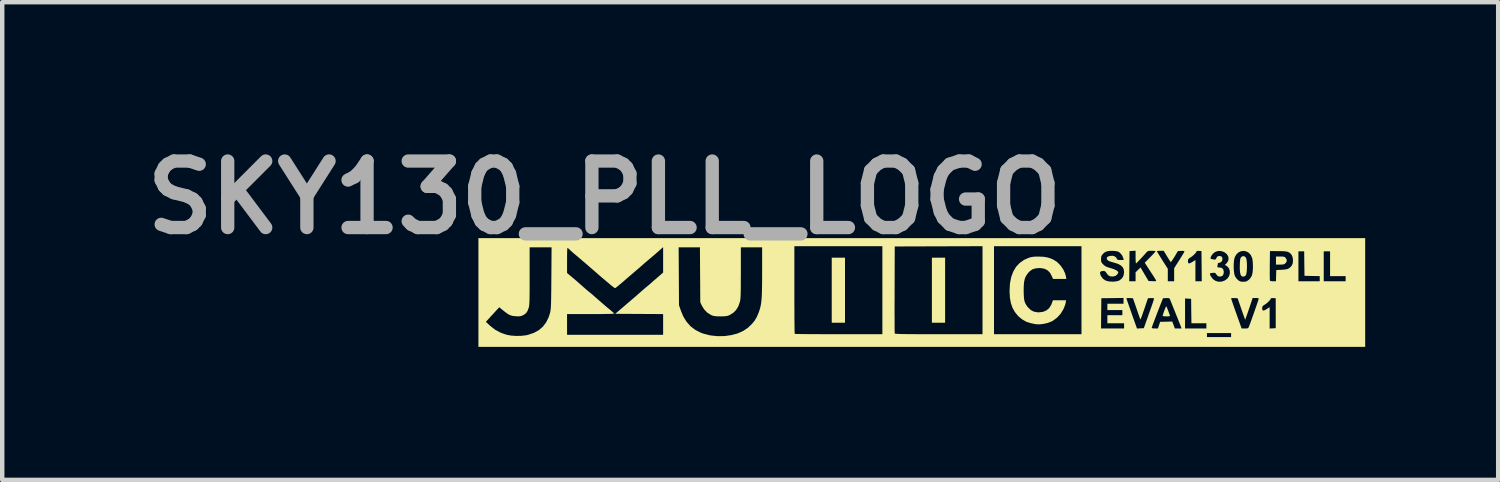
<source format=kicad_pcb>
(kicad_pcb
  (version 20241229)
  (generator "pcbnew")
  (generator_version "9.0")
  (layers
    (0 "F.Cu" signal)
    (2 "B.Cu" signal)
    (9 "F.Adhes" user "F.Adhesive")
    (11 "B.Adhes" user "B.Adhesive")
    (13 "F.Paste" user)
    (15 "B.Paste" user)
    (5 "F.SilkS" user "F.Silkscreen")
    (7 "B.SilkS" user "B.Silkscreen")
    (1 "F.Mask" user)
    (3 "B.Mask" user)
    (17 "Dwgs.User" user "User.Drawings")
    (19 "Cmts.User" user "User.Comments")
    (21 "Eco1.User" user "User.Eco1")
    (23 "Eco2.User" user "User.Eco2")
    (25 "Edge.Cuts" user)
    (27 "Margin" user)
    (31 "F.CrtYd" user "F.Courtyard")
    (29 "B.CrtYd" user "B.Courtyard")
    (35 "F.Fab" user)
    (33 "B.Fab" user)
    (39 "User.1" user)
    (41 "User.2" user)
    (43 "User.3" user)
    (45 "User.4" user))
  (footprint "SKY130_PLL_LOGO"
    (layer "F.Cu")
    (at 17.735 3.541)
    (property "Reference" "SKY130_PLL_LOGO" (at -7.149 -2.137 0) (layer "F.Fab") (effects (font (size 1.5 1.5) (thickness 0.3))))
    (attr board_only exclude_from_pos_files exclude_from_bom)
    (fp_poly (pts (xy -1.726 -0.045) (xy -1.726 0.688) (xy -1.875 0.688) (xy -2.025 0.688) (xy -2.025 -0.045) (xy -2.025 -0.779) (xy -1.875 -0.779) (xy -1.726 -0.779)) (stroke (width 0) (type solid)) (fill yes) (layer "F.SilkS"))
    (fp_poly (pts (xy 0.532 -0.045) (xy 0.532 0.688) (xy 0.383 0.688) (xy 0.234 0.688) (xy 0.234 -0.045) (xy 0.234 -0.779) (xy 0.383 -0.779) (xy 0.532 -0.779)) (stroke (width 0) (type solid)) (fill yes) (layer "F.SilkS"))
    (fp_poly (pts (xy 8.142 -0.804) (xy 8.174 -0.8) (xy 8.194 -0.792) (xy 8.21 -0.776) (xy 8.215 -0.771) (xy 8.238 -0.729) (xy 8.236 -0.692) (xy 8.21 -0.655) (xy 8.21 -0.655) (xy 8.189 -0.638) (xy 8.166 -0.628) (xy 8.131 -0.624) (xy 8.087 -0.623) (xy 7.995 -0.623) (xy 7.995 -0.714) (xy 7.995 -0.805) (xy 8.091 -0.805)) (stroke (width 0) (type solid)) (fill yes) (layer "F.SilkS"))
    (fp_poly (pts (xy 5.521 0.321) (xy 5.529 0.334) (xy 5.542 0.362) (xy 5.559 0.407) (xy 5.583 0.472) (xy 5.604 0.529) (xy 5.6 0.538) (xy 5.576 0.543) (xy 5.531 0.545) (xy 5.524 0.545) (xy 5.481 0.543) (xy 5.45 0.539) (xy 5.438 0.533) (xy 5.443 0.514) (xy 5.454 0.479) (xy 5.469 0.435) (xy 5.486 0.39) (xy 5.502 0.351) (xy 5.513 0.325) (xy 5.516 0.321)) (stroke (width 0) (type solid)) (fill yes) (layer "F.SilkS"))
    (fp_poly (pts (xy 7.279 -0.812) (xy 7.31 -0.788) (xy 7.32 -0.772) (xy 7.33 -0.737) (xy 7.337 -0.685) (xy 7.34 -0.621) (xy 7.34 -0.554) (xy 7.337 -0.489) (xy 7.33 -0.433) (xy 7.321 -0.394) (xy 7.316 -0.385) (xy 7.286 -0.357) (xy 7.249 -0.351) (xy 7.214 -0.367) (xy 7.212 -0.37) (xy 7.194 -0.403) (xy 7.183 -0.461) (xy 7.178 -0.543) (xy 7.18 -0.635) (xy 7.183 -0.699) (xy 7.188 -0.742) (xy 7.196 -0.77) (xy 7.208 -0.789) (xy 7.21 -0.791) (xy 7.244 -0.814)) (stroke (width 0) (type solid)) (fill yes) (layer "F.SilkS"))
    (fp_poly (pts (xy 2.74 -0.8) (xy 2.829 -0.787) (xy 2.909 -0.764) (xy 2.981 -0.731) (xy 3.06 -0.679) (xy 3.132 -0.606) (xy 3.193 -0.521) (xy 3.237 -0.429) (xy 3.256 -0.36) (xy 3.267 -0.299) (xy 3.117 -0.299) (xy 2.966 -0.299) (xy 2.941 -0.358) (xy 2.9 -0.436) (xy 2.847 -0.491) (xy 2.78 -0.527) (xy 2.697 -0.543) (xy 2.654 -0.545) (xy 2.569 -0.537) (xy 2.5 -0.515) (xy 2.441 -0.473) (xy 2.41 -0.441) (xy 2.372 -0.391) (xy 2.344 -0.342) (xy 2.325 -0.287) (xy 2.312 -0.221) (xy 2.306 -0.14) (xy 2.304 -0.045) (xy 2.306 0.054) (xy 2.311 0.132) (xy 2.321 0.195) (xy 2.339 0.247) (xy 2.364 0.292) (xy 2.398 0.337) (xy 2.405 0.345) (xy 2.465 0.402) (xy 2.531 0.437) (xy 2.608 0.452) (xy 2.648 0.454) (xy 2.74 0.443) (xy 2.817 0.411) (xy 2.879 0.359) (xy 2.926 0.284) (xy 2.94 0.248) (xy 2.964 0.182) (xy 3.113 0.182) (xy 3.261 0.182) (xy 3.252 0.237) (xy 3.242 0.276) (xy 3.224 0.327) (xy 3.201 0.381) (xy 3.198 0.387) (xy 3.137 0.487) (xy 3.058 0.573) (xy 2.967 0.641) (xy 2.931 0.66) (xy 2.847 0.693) (xy 2.755 0.714) (xy 2.663 0.725) (xy 2.58 0.722) (xy 2.563 0.719) (xy 2.536 0.713) (xy 2.495 0.705) (xy 2.466 0.699) (xy 2.365 0.667) (xy 2.269 0.612) (xy 2.181 0.539) (xy 2.176 0.533) (xy 2.106 0.447) (xy 2.053 0.353) (xy 2.016 0.247) (xy 1.994 0.126) (xy 1.986 -0.014) (xy 1.986 -0.039) (xy 1.995 -0.198) (xy 2.023 -0.341) (xy 2.069 -0.465) (xy 2.132 -0.572) (xy 2.214 -0.66) (xy 2.313 -0.729) (xy 2.411 -0.773) (xy 2.461 -0.789) (xy 2.51 -0.798) (xy 2.566 -0.803) (xy 2.635 -0.804)) (stroke (width 0) (type solid)) (fill yes) (layer "F.SilkS"))
    (fp_poly (pts (xy 10.007 0.006) (xy 10.007 1.233) (xy 0.006 1.233) (xy -9.994 1.233) (xy -9.994 0.668) (xy -9.826 0.668) (xy -9.732 0.756) (xy -9.617 0.846) (xy -9.488 0.915) (xy -9.357 0.96) (xy -9.258 0.978) (xy -9.146 0.986) (xy -9.031 0.984) (xy -8.923 0.972) (xy -8.872 0.961) (xy -8.871 0.96) (xy -7.995 0.96) (xy -6.911 0.96) (xy -5.828 0.96) (xy -5.828 0.727) (xy -5.828 0.493) (xy -6.368 0.49) (xy -6.908 0.487) (xy -6.696 0.306) (xy -6.629 0.248) (xy -6.564 0.193) (xy -6.507 0.144) (xy -6.46 0.104) (xy -6.428 0.076) (xy -6.424 0.072) (xy -6.337 -0.004) (xy -6.269 -0.064) (xy -6.217 -0.108) (xy -6.181 -0.138) (xy -6.16 -0.155) (xy -6.16 -0.155) (xy -6.134 -0.176) (xy -6.12 -0.189) (xy -6.105 -0.202) (xy -6.076 -0.229) (xy -6.034 -0.265) (xy -5.984 -0.308) (xy -5.967 -0.323) (xy -5.828 -0.443) (xy -5.828 -0.73) (xy -5.828 -1.012) (xy -5.478 -1.012) (xy -5.474 -0.36) (xy -5.47 0.292) (xy -5.433 0.402) (xy -5.375 0.544) (xy -5.3 0.666) (xy -5.21 0.768) (xy -5.102 0.85) (xy -4.977 0.914) (xy -4.922 0.934) (xy -4.769 0.973) (xy -4.606 0.991) (xy -4.439 0.989) (xy -4.283 0.966) (xy -4.145 0.929) (xy -4.024 0.875) (xy -3.917 0.803) (xy -3.828 0.719) (xy -3.764 0.641) (xy -3.714 0.556) (xy -3.672 0.456) (xy -3.666 0.44) (xy -3.65 0.39) (xy -3.636 0.342) (xy -3.625 0.291) (xy -3.616 0.235) (xy -3.609 0.171) (xy -3.604 0.098) (xy -3.6 0.01) (xy -3.598 -0.093) (xy -3.596 -0.214) (xy -3.595 -0.358) (xy -3.595 -0.458) (xy -3.595 -1.012) (xy -3.835 -1.012) (xy -4.075 -1.012) (xy -4.075 -0.438) (xy -4.076 -0.294) (xy -4.076 -0.174) (xy -4.077 -0.076) (xy -4.078 0.004) (xy -4.08 0.068) (xy -4.083 0.118) (xy -4.086 0.157) (xy -4.09 0.187) (xy -4.095 0.211) (xy -4.095 0.214) (xy -4.132 0.318) (xy -4.182 0.401) (xy -4.249 0.467) (xy -4.334 0.518) (xy -4.337 0.519) (xy -4.37 0.531) (xy -4.407 0.539) (xy -4.457 0.543) (xy -4.524 0.545) (xy -4.536 0.545) (xy -4.603 0.544) (xy -4.651 0.541) (xy -4.687 0.535) (xy -4.72 0.525) (xy -4.75 0.512) (xy -4.833 0.46) (xy -4.903 0.387) (xy -4.957 0.299) (xy -4.99 0.227) (xy -4.994 -0.393) (xy -4.998 -1.012) (xy -5.238 -1.012) (xy -5.478 -1.012) (xy -5.828 -1.012) (xy -5.828 -1.017) (xy -5.863 -0.985) (xy -5.892 -0.96) (xy -5.931 -0.925) (xy -5.965 -0.896) (xy -6.006 -0.86) (xy -6.057 -0.816) (xy -6.111 -0.77) (xy -6.132 -0.753) (xy -6.187 -0.706) (xy -6.246 -0.656) (xy -6.298 -0.61) (xy -6.313 -0.597) (xy -6.362 -0.554) (xy -6.413 -0.51) (xy -6.456 -0.473) (xy -6.458 -0.472) (xy -6.489 -0.446) (xy -6.534 -0.407) (xy -6.591 -0.358) (xy -6.653 -0.305) (xy -6.71 -0.255) (xy -6.769 -0.204) (xy -6.822 -0.16) (xy -6.866 -0.124) (xy -6.896 -0.101) (xy -6.911 -0.092) (xy -6.911 -0.092) (xy -6.927 -0.099) (xy -6.956 -0.12) (xy -6.994 -0.15) (xy -7.009 -0.162) (xy -7.059 -0.205) (xy -7.112 -0.249) (xy -7.156 -0.286) (xy -7.159 -0.289) (xy -7.187 -0.312) (xy -7.231 -0.35) (xy -7.287 -0.398) (xy -7.353 -0.456) (xy -7.425 -0.518) (xy -7.494 -0.578) (xy -7.568 -0.642) (xy -7.638 -0.702) (xy -7.701 -0.756) (xy -7.755 -0.802) (xy -7.795 -0.835) (xy -7.817 -0.854) (xy -7.86 -0.89) (xy -7.906 -0.931) (xy -7.924 -0.948) (xy -7.954 -0.976) (xy -7.977 -0.995) (xy -7.986 -0.999) (xy -7.989 -0.987) (xy -7.991 -0.952) (xy -7.993 -0.899) (xy -7.994 -0.831) (xy -7.995 -0.752) (xy -7.995 -0.717) (xy -7.995 -0.434) (xy -7.895 -0.35) (xy -7.841 -0.305) (xy -7.785 -0.257) (xy -7.736 -0.214) (xy -7.721 -0.201) (xy -7.633 -0.123) (xy -7.562 -0.061) (xy -7.509 -0.016) (xy -7.473 0.013) (xy -7.458 0.025) (xy -7.434 0.043) (xy -7.424 0.053) (xy -7.413 0.063) (xy -7.386 0.087) (xy -7.347 0.121) (xy -7.3 0.162) (xy -7.249 0.206) (xy -7.198 0.251) (xy -7.15 0.292) (xy -7.109 0.327) (xy -7.082 0.35) (xy -7.018 0.402) (xy -6.974 0.441) (xy -6.946 0.466) (xy -6.934 0.48) (xy -6.933 0.482) (xy -6.945 0.484) (xy -6.979 0.487) (xy -7.035 0.489) (xy -7.108 0.49) (xy -7.197 0.492) (xy -7.298 0.493) (xy -7.409 0.493) (xy -7.462 0.493) (xy -7.995 0.493) (xy -7.995 0.727) (xy -7.995 0.96) (xy -8.871 0.96) (xy -8.743 0.917) (xy -8.632 0.856) (xy -8.54 0.777) (xy -8.466 0.679) (xy -8.409 0.562) (xy -8.377 0.461) (xy -8.372 0.438) (xy -8.368 0.412) (xy -8.364 0.382) (xy -8.361 0.343) (xy -8.358 0.295) (xy -8.356 0.234) (xy -8.354 0.159) (xy -8.353 0.067) (xy -8.351 -0.044) (xy -8.35 -0.176) (xy -8.349 -0.321) (xy -8.344 -1.012) (xy -8.591 -1.012) (xy -8.839 -1.012) (xy -8.839 -0.366) (xy -8.839 -0.216) (xy -8.839 -0.09) (xy -8.84 0.015) (xy -8.841 0.101) (xy -8.842 0.17) (xy -8.844 0.225) (xy -8.847 0.268) (xy -8.85 0.301) (xy -8.854 0.326) (xy -8.858 0.346) (xy -8.86 0.351) (xy -8.885 0.419) (xy -8.916 0.467) (xy -8.959 0.503) (xy -8.989 0.52) (xy -9.026 0.535) (xy -9.061 0.543) (xy -9.105 0.544) (xy -9.148 0.542) (xy -9.207 0.537) (xy -9.256 0.526) (xy -9.302 0.507) (xy -9.35 0.477) (xy -9.409 0.433) (xy -9.431 0.415) (xy -9.524 0.339) (xy -9.587 0.407) (xy -9.625 0.448) (xy -9.672 0.5) (xy -9.721 0.552) (xy -9.738 0.572) (xy -9.826 0.668) (xy -9.994 0.668) (xy -9.994 0.006) (xy -9.994 -1.038) (xy -2.868 -1.038) (xy -2.868 -0.054) (xy -2.868 0.103) (xy -2.868 0.253) (xy -2.867 0.394) (xy -2.867 0.523) (xy -2.866 0.638) (xy -2.865 0.737) (xy -2.864 0.819) (xy -2.863 0.881) (xy -2.861 0.922) (xy -2.86 0.939) (xy -2.86 0.939) (xy -2.846 0.94) (xy -2.808 0.942) (xy -2.748 0.943) (xy -2.668 0.944) (xy -2.57 0.945) (xy -2.457 0.946) (xy -2.329 0.946) (xy -2.19 0.947) (xy -2.041 0.947) (xy -1.884 0.947) (xy -1.867 0.947) (xy -0.883 0.947) (xy -0.883 0.388) (xy -0.608 0.388) (xy -0.608 0.517) (xy -0.607 0.631) (xy -0.607 0.731) (xy -0.607 0.813) (xy -0.606 0.875) (xy -0.605 0.915) (xy -0.604 0.931) (xy -0.604 0.931) (xy -0.598 0.934) (xy -0.581 0.937) (xy -0.551 0.939) (xy -0.508 0.941) (xy -0.45 0.943) (xy -0.375 0.944) (xy -0.282 0.946) (xy -0.169 0.946) (xy -0.035 0.947) (xy 0.121 0.947) (xy 0.3 0.947) (xy 0.389 0.947) (xy 1.376 0.947) (xy 1.376 -0.046) (xy 1.376 -1.038) (xy 1.635 -1.038) (xy 1.635 -0.045) (xy 1.635 0.947) (xy 2.622 0.947) (xy 3.608 0.947) (xy 3.608 0.922) (xy 6.438 0.922) (xy 6.438 0.967) (xy 6.438 1.012) (xy 6.71 1.012) (xy 6.983 1.012) (xy 6.983 0.967) (xy 6.983 0.922) (xy 6.71 0.922) (xy 6.438 0.922) (xy 3.608 0.922) (xy 3.608 0.818) (xy 4.049 0.818) (xy 4.309 0.818) (xy 4.569 0.818) (xy 4.569 0.759) (xy 4.569 0.701) (xy 4.38 0.701) (xy 4.192 0.701) (xy 4.192 0.61) (xy 4.192 0.519) (xy 4.361 0.519) (xy 4.53 0.519) (xy 4.53 0.461) (xy 4.53 0.402) (xy 4.361 0.402) (xy 4.192 0.402) (xy 4.192 0.331) (xy 4.192 0.26) (xy 4.374 0.26) (xy 4.556 0.26) (xy 4.556 0.194) (xy 4.556 0.137) (xy 4.621 0.137) (xy 4.625 0.151) (xy 4.637 0.186) (xy 4.655 0.24) (xy 4.679 0.308) (xy 4.707 0.387) (xy 4.738 0.475) (xy 4.74 0.482) (xy 4.86 0.819) (xy 4.937 0.815) (xy 5.014 0.811) (xy 5.017 0.804) (xy 5.192 0.804) (xy 5.204 0.812) (xy 5.236 0.817) (xy 5.262 0.818) (xy 5.332 0.818) (xy 5.357 0.743) (xy 5.382 0.668) (xy 5.519 0.665) (xy 5.655 0.661) (xy 5.685 0.739) (xy 5.714 0.818) (xy 5.79 0.818) (xy 5.865 0.818) (xy 5.848 0.769) (xy 5.839 0.747) (xy 5.823 0.705) (xy 5.8 0.648) (xy 5.773 0.58) (xy 5.742 0.504) (xy 5.711 0.426) (xy 5.68 0.349) (xy 5.652 0.278) (xy 5.627 0.217) (xy 5.608 0.17) (xy 5.598 0.145) (xy 5.592 0.141) (xy 5.944 0.141) (xy 5.944 0.48) (xy 5.944 0.818) (xy 6.185 0.818) (xy 6.425 0.818) (xy 6.425 0.759) (xy 6.425 0.701) (xy 6.256 0.701) (xy 6.088 0.701) (xy 6.084 0.425) (xy 6.081 0.149) (xy 6.013 0.145) (xy 5.944 0.141) (xy 5.592 0.141) (xy 5.588 0.139) (xy 6.982 0.139) (xy 6.987 0.153) (xy 6.998 0.189) (xy 7.017 0.243) (xy 7.04 0.311) (xy 7.068 0.391) (xy 7.099 0.478) (xy 7.101 0.483) (xy 7.22 0.818) (xy 7.294 0.818) (xy 7.337 0.817) (xy 7.361 0.812) (xy 7.375 0.799) (xy 7.383 0.782) (xy 7.398 0.743) (xy 7.419 0.688) (xy 7.443 0.621) (xy 7.469 0.547) (xy 7.497 0.469) (xy 7.524 0.391) (xy 7.533 0.365) (xy 7.684 0.365) (xy 7.688 0.398) (xy 7.701 0.414) (xy 7.727 0.411) (xy 7.769 0.391) (xy 7.791 0.377) (xy 7.852 0.338) (xy 7.852 0.579) (xy 7.852 0.819) (xy 7.92 0.815) (xy 7.989 0.811) (xy 7.989 0.474) (xy 7.989 0.136) (xy 7.933 0.132) (xy 7.899 0.133) (xy 7.88 0.138) (xy 7.878 0.142) (xy 7.869 0.163) (xy 7.844 0.194) (xy 7.809 0.229) (xy 7.77 0.261) (xy 7.74 0.281) (xy 7.706 0.303) (xy 7.689 0.322) (xy 7.684 0.348) (xy 7.684 0.365) (xy 7.533 0.365) (xy 7.55 0.318) (xy 7.572 0.253) (xy 7.59 0.2) (xy 7.601 0.164) (xy 7.606 0.148) (xy 7.606 0.148) (xy 7.597 0.136) (xy 7.569 0.131) (xy 7.538 0.13) (xy 7.469 0.13) (xy 7.386 0.377) (xy 7.361 0.451) (xy 7.338 0.516) (xy 7.32 0.568) (xy 7.306 0.604) (xy 7.3 0.619) (xy 7.299 0.619) (xy 7.294 0.606) (xy 7.282 0.573) (xy 7.264 0.522) (xy 7.241 0.458) (xy 7.216 0.385) (xy 7.213 0.376) (xy 7.13 0.136) (xy 7.056 0.132) (xy 7.016 0.132) (xy 6.99 0.135) (xy 6.982 0.139) (xy 5.588 0.139) (xy 5.582 0.135) (xy 5.544 0.132) (xy 5.519 0.132) (xy 5.447 0.136) (xy 5.423 0.195) (xy 5.383 0.296) (xy 5.344 0.396) (xy 5.307 0.492) (xy 5.274 0.58) (xy 5.244 0.658) (xy 5.22 0.722) (xy 5.203 0.769) (xy 5.193 0.797) (xy 5.192 0.804) (xy 5.017 0.804) (xy 5.069 0.655) (xy 5.097 0.578) (xy 5.128 0.488) (xy 5.16 0.398) (xy 5.184 0.332) (xy 5.206 0.269) (xy 5.224 0.215) (xy 5.237 0.173) (xy 5.243 0.149) (xy 5.244 0.147) (xy 5.237 0.136) (xy 5.213 0.132) (xy 5.175 0.132) (xy 5.107 0.136) (xy 5.024 0.383) (xy 4.998 0.456) (xy 4.976 0.52) (xy 4.957 0.57) (xy 4.943 0.604) (xy 4.936 0.616) (xy 4.935 0.616) (xy 4.93 0.6) (xy 4.917 0.564) (xy 4.899 0.511) (xy 4.876 0.446) (xy 4.851 0.373) (xy 4.85 0.37) (xy 4.769 0.136) (xy 4.695 0.132) (xy 4.655 0.132) (xy 4.628 0.134) (xy 4.621 0.137) (xy 4.556 0.137) (xy 4.556 0.129) (xy 4.306 0.133) (xy 4.056 0.136) (xy 4.052 0.477) (xy 4.049 0.818) (xy 3.608 0.818) (xy 3.608 -0.045) (xy 3.608 -0.429) (xy 4.025 -0.429) (xy 4.039 -0.384) (xy 4.049 -0.364) (xy 4.09 -0.306) (xy 4.146 -0.266) (xy 4.217 -0.244) (xy 4.308 -0.238) (xy 4.323 -0.238) (xy 4.394 -0.245) (xy 4.402 -0.247) (xy 4.685 -0.247) (xy 4.757 -0.247) (xy 4.828 -0.247) (xy 4.828 -0.348) (xy 4.828 -0.449) (xy 4.884 -0.504) (xy 4.94 -0.559) (xy 5.03 -0.406) (xy 5.121 -0.253) (xy 5.21 -0.249) (xy 5.257 -0.248) (xy 5.283 -0.25) (xy 5.292 -0.256) (xy 5.291 -0.265) (xy 5.282 -0.281) (xy 5.261 -0.316) (xy 5.231 -0.364) (xy 5.193 -0.422) (xy 5.159 -0.474) (xy 5.035 -0.665) (xy 5.155 -0.787) (xy 5.201 -0.834) (xy 5.239 -0.874) (xy 5.266 -0.904) (xy 5.279 -0.92) (xy 5.312 -0.92) (xy 5.313 -0.916) (xy 5.322 -0.9) (xy 5.342 -0.866) (xy 5.372 -0.818) (xy 5.408 -0.76) (xy 5.437 -0.714) (xy 5.555 -0.529) (xy 5.555 -0.388) (xy 5.555 -0.247) (xy 5.626 -0.247) (xy 5.698 -0.247) (xy 5.698 -0.394) (xy 5.698 -0.541) (xy 5.799 -0.7) (xy 6.009 -0.7) (xy 6.013 -0.666) (xy 6.027 -0.65) (xy 6.053 -0.653) (xy 6.094 -0.674) (xy 6.117 -0.688) (xy 6.178 -0.726) (xy 6.178 -0.486) (xy 6.178 -0.247) (xy 6.25 -0.247) (xy 6.321 -0.247) (xy 6.319 -0.423) (xy 6.505 -0.423) (xy 6.506 -0.407) (xy 6.517 -0.377) (xy 6.529 -0.354) (xy 6.574 -0.295) (xy 6.633 -0.255) (xy 6.701 -0.236) (xy 6.773 -0.24) (xy 6.841 -0.264) (xy 6.897 -0.306) (xy 6.935 -0.36) (xy 6.954 -0.422) (xy 6.953 -0.486) (xy 6.931 -0.542) (xy 6.915 -0.562) (xy 7.041 -0.562) (xy 7.045 -0.485) (xy 7.054 -0.418) (xy 7.067 -0.367) (xy 7.07 -0.362) (xy 7.108 -0.303) (xy 7.16 -0.258) (xy 7.19 -0.243) (xy 7.228 -0.236) (xy 7.276 -0.236) (xy 7.319 -0.242) (xy 7.337 -0.248) (xy 7.398 -0.293) (xy 7.442 -0.356) (xy 7.457 -0.394) (xy 7.464 -0.432) (xy 7.854 -0.432) (xy 7.855 -0.363) (xy 7.856 -0.309) (xy 7.857 -0.274) (xy 7.858 -0.263) (xy 7.875 -0.252) (xy 7.913 -0.247) (xy 7.929 -0.247) (xy 7.994 -0.247) (xy 7.998 -0.373) (xy 8.002 -0.5) (xy 8.127 -0.506) (xy 8.199 -0.512) (xy 8.251 -0.522) (xy 8.29 -0.54) (xy 8.323 -0.568) (xy 8.351 -0.602) (xy 8.371 -0.647) (xy 8.379 -0.705) (xy 8.375 -0.767) (xy 8.359 -0.821) (xy 8.348 -0.841) (xy 8.323 -0.872) (xy 8.296 -0.894) (xy 8.263 -0.91) (xy 8.218 -0.92) (xy 8.198 -0.922) (xy 8.501 -0.922) (xy 8.501 -0.584) (xy 8.501 -0.247) (xy 8.741 -0.247) (xy 8.982 -0.247) (xy 8.982 -0.305) (xy 8.982 -0.363) (xy 8.81 -0.366) (xy 8.638 -0.37) (xy 8.634 -0.646) (xy 8.631 -0.922) (xy 9.072 -0.922) (xy 9.072 -0.584) (xy 9.072 -0.247) (xy 9.319 -0.247) (xy 9.566 -0.247) (xy 9.566 -0.305) (xy 9.566 -0.363) (xy 9.39 -0.363) (xy 9.215 -0.363) (xy 9.215 -0.642) (xy 9.215 -0.922) (xy 9.144 -0.922) (xy 9.072 -0.922) (xy 8.631 -0.922) (xy 8.566 -0.922) (xy 8.501 -0.922) (xy 8.198 -0.922) (xy 8.159 -0.925) (xy 8.079 -0.927) (xy 8.047 -0.927) (xy 7.859 -0.928) (xy 7.855 -0.604) (xy 7.855 -0.514) (xy 7.854 -0.432) (xy 7.464 -0.432) (xy 7.468 -0.453) (xy 7.474 -0.527) (xy 7.475 -0.608) (xy 7.471 -0.686) (xy 7.462 -0.753) (xy 7.456 -0.775) (xy 7.425 -0.842) (xy 7.381 -0.89) (xy 7.327 -0.92) (xy 7.267 -0.932) (xy 7.208 -0.925) (xy 7.152 -0.9) (xy 7.103 -0.856) (xy 7.068 -0.794) (xy 7.059 -0.77) (xy 7.048 -0.712) (xy 7.042 -0.64) (xy 7.041 -0.562) (xy 6.915 -0.562) (xy 6.905 -0.574) (xy 6.876 -0.597) (xy 6.873 -0.599) (xy 6.841 -0.614) (xy 6.879 -0.651) (xy 6.915 -0.702) (xy 6.926 -0.758) (xy 6.916 -0.812) (xy 6.883 -0.863) (xy 6.83 -0.903) (xy 6.827 -0.905) (xy 6.757 -0.929) (xy 6.688 -0.93) (xy 6.624 -0.909) (xy 6.571 -0.868) (xy 6.54 -0.824) (xy 6.524 -0.79) (xy 6.517 -0.765) (xy 6.519 -0.758) (xy 6.536 -0.751) (xy 6.569 -0.742) (xy 6.581 -0.74) (xy 6.615 -0.735) (xy 6.633 -0.74) (xy 6.644 -0.757) (xy 6.647 -0.764) (xy 6.667 -0.8) (xy 6.698 -0.815) (xy 6.724 -0.817) (xy 6.762 -0.809) (xy 6.783 -0.782) (xy 6.788 -0.744) (xy 6.777 -0.703) (xy 6.747 -0.673) (xy 6.707 -0.662) (xy 6.688 -0.657) (xy 6.684 -0.651) (xy 6.682 -0.631) (xy 6.676 -0.599) (xy 6.676 -0.599) (xy 6.672 -0.573) (xy 6.679 -0.561) (xy 6.703 -0.558) (xy 6.72 -0.558) (xy 6.77 -0.549) (xy 6.802 -0.522) (xy 6.816 -0.476) (xy 6.818 -0.454) (xy 6.809 -0.401) (xy 6.784 -0.367) (xy 6.743 -0.353) (xy 6.724 -0.353) (xy 6.687 -0.362) (xy 6.661 -0.387) (xy 6.652 -0.4) (xy 6.633 -0.426) (xy 6.613 -0.437) (xy 6.582 -0.438) (xy 6.57 -0.437) (xy 6.534 -0.432) (xy 6.509 -0.425) (xy 6.505 -0.423) (xy 6.319 -0.423) (xy 6.318 -0.587) (xy 6.314 -0.928) (xy 6.259 -0.932) (xy 6.224 -0.932) (xy 6.206 -0.926) (xy 6.204 -0.923) (xy 6.194 -0.901) (xy 6.169 -0.87) (xy 6.134 -0.835) (xy 6.095 -0.803) (xy 6.066 -0.784) (xy 6.032 -0.761) (xy 6.015 -0.742) (xy 6.01 -0.716) (xy 6.009 -0.7) (xy 5.799 -0.7) (xy 5.815 -0.725) (xy 5.853 -0.786) (xy 5.887 -0.841) (xy 5.912 -0.884) (xy 5.928 -0.913) (xy 5.931 -0.922) (xy 5.919 -0.93) (xy 5.885 -0.933) (xy 5.857 -0.932) (xy 5.782 -0.928) (xy 5.707 -0.801) (xy 5.676 -0.752) (xy 5.649 -0.712) (xy 5.63 -0.687) (xy 5.621 -0.681) (xy 5.61 -0.694) (xy 5.59 -0.725) (xy 5.563 -0.768) (xy 5.537 -0.811) (xy 5.463 -0.934) (xy 5.384 -0.934) (xy 5.34 -0.933) (xy 5.317 -0.929) (xy 5.312 -0.92) (xy 5.279 -0.92) (xy 5.28 -0.921) (xy 5.28 -0.922) (xy 5.271 -0.928) (xy 5.241 -0.933) (xy 5.195 -0.934) (xy 5.194 -0.934) (xy 5.145 -0.934) (xy 5.115 -0.93) (xy 5.094 -0.919) (xy 5.075 -0.901) (xy 5.068 -0.892) (xy 5.036 -0.856) (xy 4.997 -0.813) (xy 4.955 -0.768) (xy 4.915 -0.725) (xy 4.879 -0.688) (xy 4.852 -0.661) (xy 4.838 -0.649) (xy 4.837 -0.649) (xy 4.833 -0.661) (xy 4.831 -0.694) (xy 4.829 -0.742) (xy 4.828 -0.792) (xy 4.828 -0.936) (xy 4.76 -0.932) (xy 4.692 -0.928) (xy 4.688 -0.587) (xy 4.685 -0.247) (xy 4.402 -0.247) (xy 4.446 -0.258) (xy 4.466 -0.268) (xy 4.523 -0.314) (xy 4.557 -0.374) (xy 4.569 -0.446) (xy 4.569 -0.448) (xy 4.562 -0.511) (xy 4.539 -0.562) (xy 4.498 -0.603) (xy 4.436 -0.637) (xy 4.352 -0.665) (xy 4.335 -0.669) (xy 4.266 -0.689) (xy 4.219 -0.708) (xy 4.191 -0.728) (xy 4.18 -0.75) (xy 4.179 -0.759) (xy 4.183 -0.784) (xy 4.199 -0.801) (xy 4.232 -0.813) (xy 4.253 -0.818) (xy 4.311 -0.822) (xy 4.359 -0.808) (xy 4.393 -0.779) (xy 4.4 -0.766) (xy 4.411 -0.743) (xy 4.426 -0.732) (xy 4.453 -0.727) (xy 4.487 -0.727) (xy 4.559 -0.727) (xy 4.551 -0.769) (xy 4.525 -0.832) (xy 4.476 -0.888) (xy 4.46 -0.901) (xy 4.43 -0.917) (xy 4.388 -0.927) (xy 4.328 -0.932) (xy 4.326 -0.933) (xy 4.243 -0.932) (xy 4.179 -0.921) (xy 4.128 -0.897) (xy 4.09 -0.862) (xy 4.065 -0.83) (xy 4.053 -0.799) (xy 4.05 -0.757) (xy 4.049 -0.746) (xy 4.051 -0.702) (xy 4.06 -0.672) (xy 4.081 -0.644) (xy 4.1 -0.625) (xy 4.13 -0.598) (xy 4.162 -0.578) (xy 4.204 -0.562) (xy 4.264 -0.544) (xy 4.265 -0.544) (xy 4.339 -0.52) (xy 4.395 -0.494) (xy 4.429 -0.467) (xy 4.439 -0.443) (xy 4.431 -0.425) (xy 4.412 -0.399) (xy 4.409 -0.395) (xy 4.376 -0.369) (xy 4.329 -0.356) (xy 4.322 -0.355) (xy 4.26 -0.357) (xy 4.214 -0.38) (xy 4.177 -0.424) (xy 4.173 -0.432) (xy 4.148 -0.465) (xy 4.118 -0.48) (xy 4.075 -0.477) (xy 4.053 -0.472) (xy 4.03 -0.457) (xy 4.025 -0.429) (xy 3.608 -0.429) (xy 3.608 -1.038) (xy 2.622 -1.038) (xy 1.635 -1.038) (xy 1.376 -1.038) (xy 1.376 -1.038) (xy 0.386 -1.035) (xy -0.604 -1.032) (xy -0.607 -0.058) (xy -0.607 0.098) (xy -0.608 0.248) (xy -0.608 0.388) (xy -0.883 0.388) (xy -0.883 -0.045) (xy -0.883 -1.038) (xy -1.875 -1.038) (xy -2.868 -1.038) (xy -9.994 -1.038) (xy -9.994 -1.22) (xy 0.006 -1.22) (xy 10.007 -1.22)) (stroke (width 0) (type solid)) (fill yes) (layer "F.SilkS")))
  (gr_rect
    (start -3 -3)
    (end 30.742 7.774)
    (stroke (width 0.1) (type default))
    (fill no)
    (layer "Edge.Cuts")))
</source>
